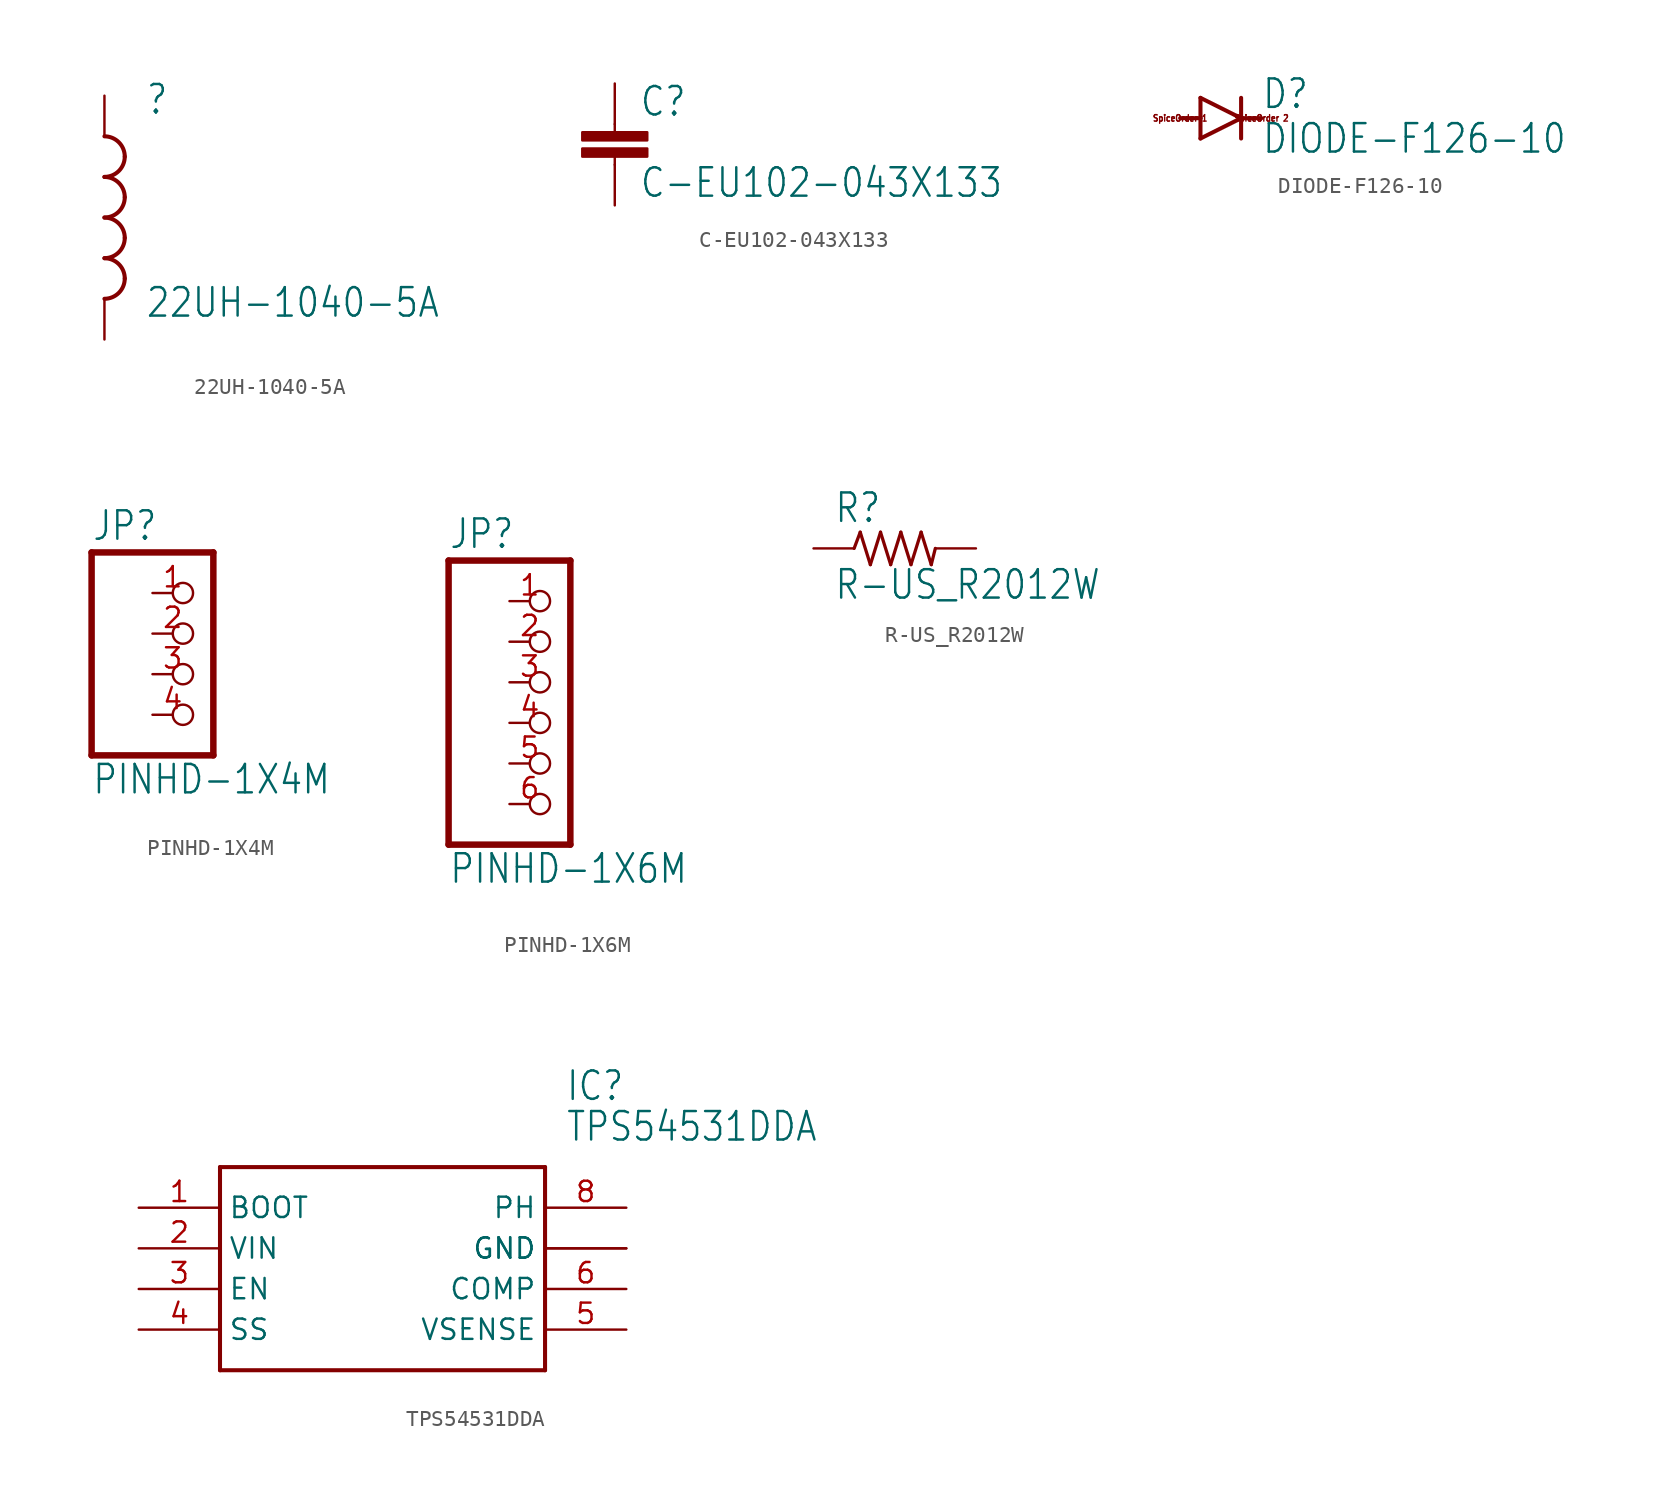
<source format=kicad_sym>
(kicad_symbol_lib
  (version 20211014)
  (generator kicad_symbol_editor)
  (symbol "22UH-1040-5A"
    (property "Reference" ""
      (at 2.54 6.35 0)
      (effects (font (size 1.778 1.511)) (justify left bottom)))
    (property "Value" "22UH-1040-5A"
      (at 2.54 -6.35 0)
      (effects (font (size 1.778 1.511)) (justify left bottom)))
    (property "ki_locked" ""
      (at 0 0 0)
      (effects (font (size 1.27 1.27))))
    (symbol "22UH-1040-5A_1_0"
      (arc (start 0 -5.08) (mid 0.898 -4.708) (end 1.27 -3.81) (stroke (width 0.254) (type default) (color 0 0 0 0)) (fill (type none)))
      (arc (start 0 -2.54) (mid 0.898 -2.168) (end 1.27 -1.27) (stroke (width 0.254) (type default) (color 0 0 0 0)) (fill (type none)))
      (arc (start 0 0) (mid 0.898 0.372) (end 1.27 1.27) (stroke (width 0.254) (type default) (color 0 0 0 0)) (fill (type none)))
      (arc (start 0 2.54) (mid 0.898 2.912) (end 1.27 3.81) (stroke (width 0.254) (type default) (color 0 0 0 0)) (fill (type none)))
      (arc (start 1.27 -3.81) (mid 0.898 -2.912) (end 0 -2.54) (stroke (width 0.254) (type default) (color 0 0 0 0)) (fill (type none)))
      (arc (start 1.27 -1.27) (mid 0.898 -0.372) (end 0 0) (stroke (width 0.254) (type default) (color 0 0 0 0)) (fill (type none)))
      (arc (start 1.27 1.27) (mid 0.898 2.168) (end 0 2.54) (stroke (width 0.254) (type default) (color 0 0 0 0)) (fill (type none)))
      (arc (start 1.27 3.81) (mid 0.898 4.708) (end 0 5.08) (stroke (width 0.254) (type default) (color 0 0 0 0)) (fill (type none)))
      (pin passive line (at 0 7.62 270) (length 2.54) (name "1" (effects (font (size 0 0)))) (number "P$1" (effects (font (size 0 0)))))
      (pin passive line (at 0 -7.62 90) (length 2.54) (name "2" (effects (font (size 0 0)))) (number "P$2" (effects (font (size 0 0)))))))
  (symbol "C-EU102-043X133"
    (property "Reference" "C"
      (at 1.524 0.381 0)
      (effects (font (size 1.778 1.511)) (justify left bottom)))
    (property "Value" "C-EU102-043X133"
      (at 1.524 -4.699 0)
      (effects (font (size 1.778 1.511)) (justify left bottom)))
    (property "ki_locked" ""
      (at 0 0 0)
      (effects (font (size 1.27 1.27))))
    (symbol "C-EU102-043X133_1_0"
      (rectangle (start -2.032 -2.032) (end 2.032 -1.524) (stroke (width 0) (type default) (color 0 0 0 0)) (fill (type outline)))
      (rectangle (start -2.032 -1.016) (end 2.032 -0.508) (stroke (width 0) (type default) (color 0 0 0 0)) (fill (type outline)))
      (polyline (pts (xy 0 -2.54) (xy 0 -2.032)) (stroke (width 0.152) (type default) (color 0 0 0 0)) (fill (type none)))
      (polyline (pts (xy 0 0) (xy 0 -0.508)) (stroke (width 0.152) (type default) (color 0 0 0 0)) (fill (type none)))
      (pin passive line (at 0 2.54 270) (length 2.54) (name "1" (effects (font (size 0 0)))) (number "1" (effects (font (size 0 0)))))
      (pin passive line (at 0 -5.08 90) (length 2.54) (name "2" (effects (font (size 0 0)))) (number "2" (effects (font (size 0 0)))))))
  (symbol "DIODE-F126-10"
    (property "Reference" "D"
      (at 2.54 0.483 0)
      (effects (font (size 1.778 1.511)) (justify left bottom)))
    (property "Value" "DIODE-F126-10"
      (at 2.54 -2.311 0)
      (effects (font (size 1.778 1.511)) (justify left bottom)))
    (property "ki_locked" ""
      (at 0 0 0)
      (effects (font (size 1.27 1.27))))
    (symbol "DIODE-F126-10_1_0"
      (polyline (pts (xy -1.27 -1.27) (xy 1.27 0)) (stroke (width 0.254) (type default) (color 0 0 0 0)) (fill (type none)))
      (polyline (pts (xy -1.27 0) (xy -2.54 0)) (stroke (width 0.254) (type default) (color 0 0 0 0)) (fill (type none)))
      (polyline (pts (xy -1.27 0) (xy -1.27 -1.27)) (stroke (width 0.254) (type default) (color 0 0 0 0)) (fill (type none)))
      (polyline (pts (xy -1.27 1.27) (xy -1.27 0)) (stroke (width 0.254) (type default) (color 0 0 0 0)) (fill (type none)))
      (polyline (pts (xy 1.27 0) (xy -1.27 1.27)) (stroke (width 0.254) (type default) (color 0 0 0 0)) (fill (type none)))
      (polyline (pts (xy 1.27 0) (xy 1.27 -1.27)) (stroke (width 0.254) (type default) (color 0 0 0 0)) (fill (type none)))
      (polyline (pts (xy 1.27 1.27) (xy 1.27 0)) (stroke (width 0.254) (type default) (color 0 0 0 0)) (fill (type none)))
      (polyline (pts (xy 2.54 0) (xy 1.27 0)) (stroke (width 0.254) (type default) (color 0 0 0 0)) (fill (type none)))
      (text "SpiceOrder 1" (at -2.54 0 0) (effects (font (size 0.406 0.345))))
      (text "SpiceOrder 2" (at 2.54 0 0) (effects (font (size 0.406 0.345))))
      (pin passive line (at -2.54 0 0) (length 0) (name "A" (effects (font (size 0 0)))) (number "A" (effects (font (size 0 0)))))
      (pin passive line (at 2.54 0 180) (length 0) (name "C" (effects (font (size 0 0)))) (number "C" (effects (font (size 0 0)))))))
  (symbol "PINHD-1X4M"
    (property "Reference" "JP"
      (at -6.35 8.255 0)
      (effects (font (size 1.778 1.511)) (justify left bottom)))
    (property "Value" "PINHD-1X4M"
      (at -6.35 -7.62 0)
      (effects (font (size 1.778 1.511)) (justify left bottom)))
    (property "ki_locked" ""
      (at 0 0 0)
      (effects (font (size 1.27 1.27))))
    (symbol "PINHD-1X4M_1_0"
      (polyline (pts (xy -6.35 -5.08) (xy 1.27 -5.08)) (stroke (width 0.406) (type default) (color 0 0 0 0)) (fill (type none)))
      (polyline (pts (xy -6.35 7.62) (xy -6.35 -5.08)) (stroke (width 0.406) (type default) (color 0 0 0 0)) (fill (type none)))
      (polyline (pts (xy 1.27 -5.08) (xy 1.27 7.62)) (stroke (width 0.406) (type default) (color 0 0 0 0)) (fill (type none)))
      (polyline (pts (xy 1.27 7.62) (xy -6.35 7.62)) (stroke (width 0.406) (type default) (color 0 0 0 0)) (fill (type none)))
      (pin passive inverted (at -2.54 5.08 0) (length 2.54) (name "1" (effects (font (size 0 0)))) (number "1" (effects (font (size 1.27 1.27)))))
      (pin passive inverted (at -2.54 2.54 0) (length 2.54) (name "2" (effects (font (size 0 0)))) (number "2" (effects (font (size 1.27 1.27)))))
      (pin passive inverted (at -2.54 0 0) (length 2.54) (name "3" (effects (font (size 0 0)))) (number "3" (effects (font (size 1.27 1.27)))))
      (pin passive inverted (at -2.54 -2.54 0) (length 2.54) (name "4" (effects (font (size 0 0)))) (number "4" (effects (font (size 1.27 1.27)))))))
  (symbol "PINHD-1X6M"
    (property "Reference" "JP"
      (at -6.35 10.795 0)
      (effects (font (size 1.778 1.511)) (justify left bottom)))
    (property "Value" "PINHD-1X6M"
      (at -6.35 -10.16 0)
      (effects (font (size 1.778 1.511)) (justify left bottom)))
    (property "ki_locked" ""
      (at 0 0 0)
      (effects (font (size 1.27 1.27))))
    (symbol "PINHD-1X6M_1_0"
      (polyline (pts (xy -6.35 -7.62) (xy 1.27 -7.62)) (stroke (width 0.406) (type default) (color 0 0 0 0)) (fill (type none)))
      (polyline (pts (xy -6.35 10.16) (xy -6.35 -7.62)) (stroke (width 0.406) (type default) (color 0 0 0 0)) (fill (type none)))
      (polyline (pts (xy 1.27 -7.62) (xy 1.27 10.16)) (stroke (width 0.406) (type default) (color 0 0 0 0)) (fill (type none)))
      (polyline (pts (xy 1.27 10.16) (xy -6.35 10.16)) (stroke (width 0.406) (type default) (color 0 0 0 0)) (fill (type none)))
      (pin passive inverted (at -2.54 7.62 0) (length 2.54) (name "1" (effects (font (size 0 0)))) (number "1" (effects (font (size 1.27 1.27)))))
      (pin passive inverted (at -2.54 5.08 0) (length 2.54) (name "2" (effects (font (size 0 0)))) (number "2" (effects (font (size 1.27 1.27)))))
      (pin passive inverted (at -2.54 2.54 0) (length 2.54) (name "3" (effects (font (size 0 0)))) (number "3" (effects (font (size 1.27 1.27)))))
      (pin passive inverted (at -2.54 0 0) (length 2.54) (name "4" (effects (font (size 0 0)))) (number "4" (effects (font (size 1.27 1.27)))))
      (pin passive inverted (at -2.54 -2.54 0) (length 2.54) (name "5" (effects (font (size 0 0)))) (number "5" (effects (font (size 1.27 1.27)))))
      (pin passive inverted (at -2.54 -5.08 0) (length 2.54) (name "6" (effects (font (size 0 0)))) (number "6" (effects (font (size 1.27 1.27)))))))
  (symbol "R-US_R2012W"
    (property "Reference" "R"
      (at -3.81 1.499 0)
      (effects (font (size 1.778 1.511)) (justify left bottom)))
    (property "Value" "R-US_R2012W"
      (at -3.81 -3.302 0)
      (effects (font (size 1.778 1.511)) (justify left bottom)))
    (property "ki_locked" ""
      (at 0 0 0)
      (effects (font (size 1.27 1.27))))
    (symbol "R-US_R2012W_1_0"
      (polyline (pts (xy -2.54 0) (xy -2.159 1.016)) (stroke (width 0.203) (type default) (color 0 0 0 0)) (fill (type none)))
      (polyline (pts (xy -2.159 1.016) (xy -1.524 -1.016)) (stroke (width 0.203) (type default) (color 0 0 0 0)) (fill (type none)))
      (polyline (pts (xy -1.524 -1.016) (xy -0.889 1.016)) (stroke (width 0.203) (type default) (color 0 0 0 0)) (fill (type none)))
      (polyline (pts (xy -0.889 1.016) (xy -0.254 -1.016)) (stroke (width 0.203) (type default) (color 0 0 0 0)) (fill (type none)))
      (polyline (pts (xy -0.254 -1.016) (xy 0.381 1.016)) (stroke (width 0.203) (type default) (color 0 0 0 0)) (fill (type none)))
      (polyline (pts (xy 0.381 1.016) (xy 1.016 -1.016)) (stroke (width 0.203) (type default) (color 0 0 0 0)) (fill (type none)))
      (polyline (pts (xy 1.016 -1.016) (xy 1.651 1.016)) (stroke (width 0.203) (type default) (color 0 0 0 0)) (fill (type none)))
      (polyline (pts (xy 1.651 1.016) (xy 2.286 -1.016)) (stroke (width 0.203) (type default) (color 0 0 0 0)) (fill (type none)))
      (polyline (pts (xy 2.286 -1.016) (xy 2.54 0)) (stroke (width 0.203) (type default) (color 0 0 0 0)) (fill (type none)))
      (pin passive line (at -5.08 0 0) (length 2.54) (name "1" (effects (font (size 0 0)))) (number "1" (effects (font (size 0 0)))))
      (pin passive line (at 5.08 0 180) (length 2.54) (name "2" (effects (font (size 0 0)))) (number "2" (effects (font (size 0 0)))))))
  (symbol "TPS54531DDA"
    (property "Reference" "IC"
      (at 11.43 10.16 0)
      (effects (font (size 1.778 1.511)) (justify left)))
    (property "Value" "TPS54531DDA"
      (at 11.43 7.62 0)
      (effects (font (size 1.778 1.511)) (justify left)))
    (property "ki_locked" ""
      (at 0 0 0)
      (effects (font (size 1.27 1.27))))
    (symbol "TPS54531DDA_1_0"
      (polyline (pts (xy -10.16 5.08) (xy -10.16 -7.62)) (stroke (width 0.254) (type default) (color 0 0 0 0)) (fill (type none)))
      (polyline (pts (xy -10.16 5.08) (xy 10.16 5.08)) (stroke (width 0.254) (type default) (color 0 0 0 0)) (fill (type none)))
      (polyline (pts (xy 10.16 -7.62) (xy -10.16 -7.62)) (stroke (width 0.254) (type default) (color 0 0 0 0)) (fill (type none)))
      (polyline (pts (xy 10.16 -7.62) (xy 10.16 5.08)) (stroke (width 0.254) (type default) (color 0 0 0 0)) (fill (type none)))
      (pin bidirectional line (at -15.24 2.54 0) (length 5.08) (name "BOOT" (effects (font (size 1.27 1.27)))) (number "1" (effects (font (size 1.27 1.27)))))
      (pin bidirectional line (at -15.24 0 0) (length 5.08) (name "VIN" (effects (font (size 1.27 1.27)))) (number "2" (effects (font (size 1.27 1.27)))))
      (pin bidirectional line (at -15.24 -2.54 0) (length 5.08) (name "EN" (effects (font (size 1.27 1.27)))) (number "3" (effects (font (size 1.27 1.27)))))
      (pin bidirectional line (at -15.24 -5.08 0) (length 5.08) (name "SS" (effects (font (size 1.27 1.27)))) (number "4" (effects (font (size 1.27 1.27)))))
      (pin bidirectional line (at 15.24 -5.08 180) (length 5.08) (name "VSENSE" (effects (font (size 1.27 1.27)))) (number "5" (effects (font (size 1.27 1.27)))))
      (pin bidirectional line (at 15.24 -2.54 180) (length 5.08) (name "COMP" (effects (font (size 1.27 1.27)))) (number "6" (effects (font (size 1.27 1.27)))))
      (pin bidirectional line (at 15.24 0 180) (length 5.08) (name "GND" (effects (font (size 1.27 1.27)))) (number "7" (effects (font (size 0 0)))))
      (pin bidirectional line (at 15.24 2.54 180) (length 5.08) (name "PH" (effects (font (size 1.27 1.27)))) (number "8" (effects (font (size 1.27 1.27)))))
      (pin bidirectional line (at 15.24 0 180) (length 5.08) (name "GND" (effects (font (size 1.27 1.27)))) (number "9" (effects (font (size 0 0))))))))
</source>
